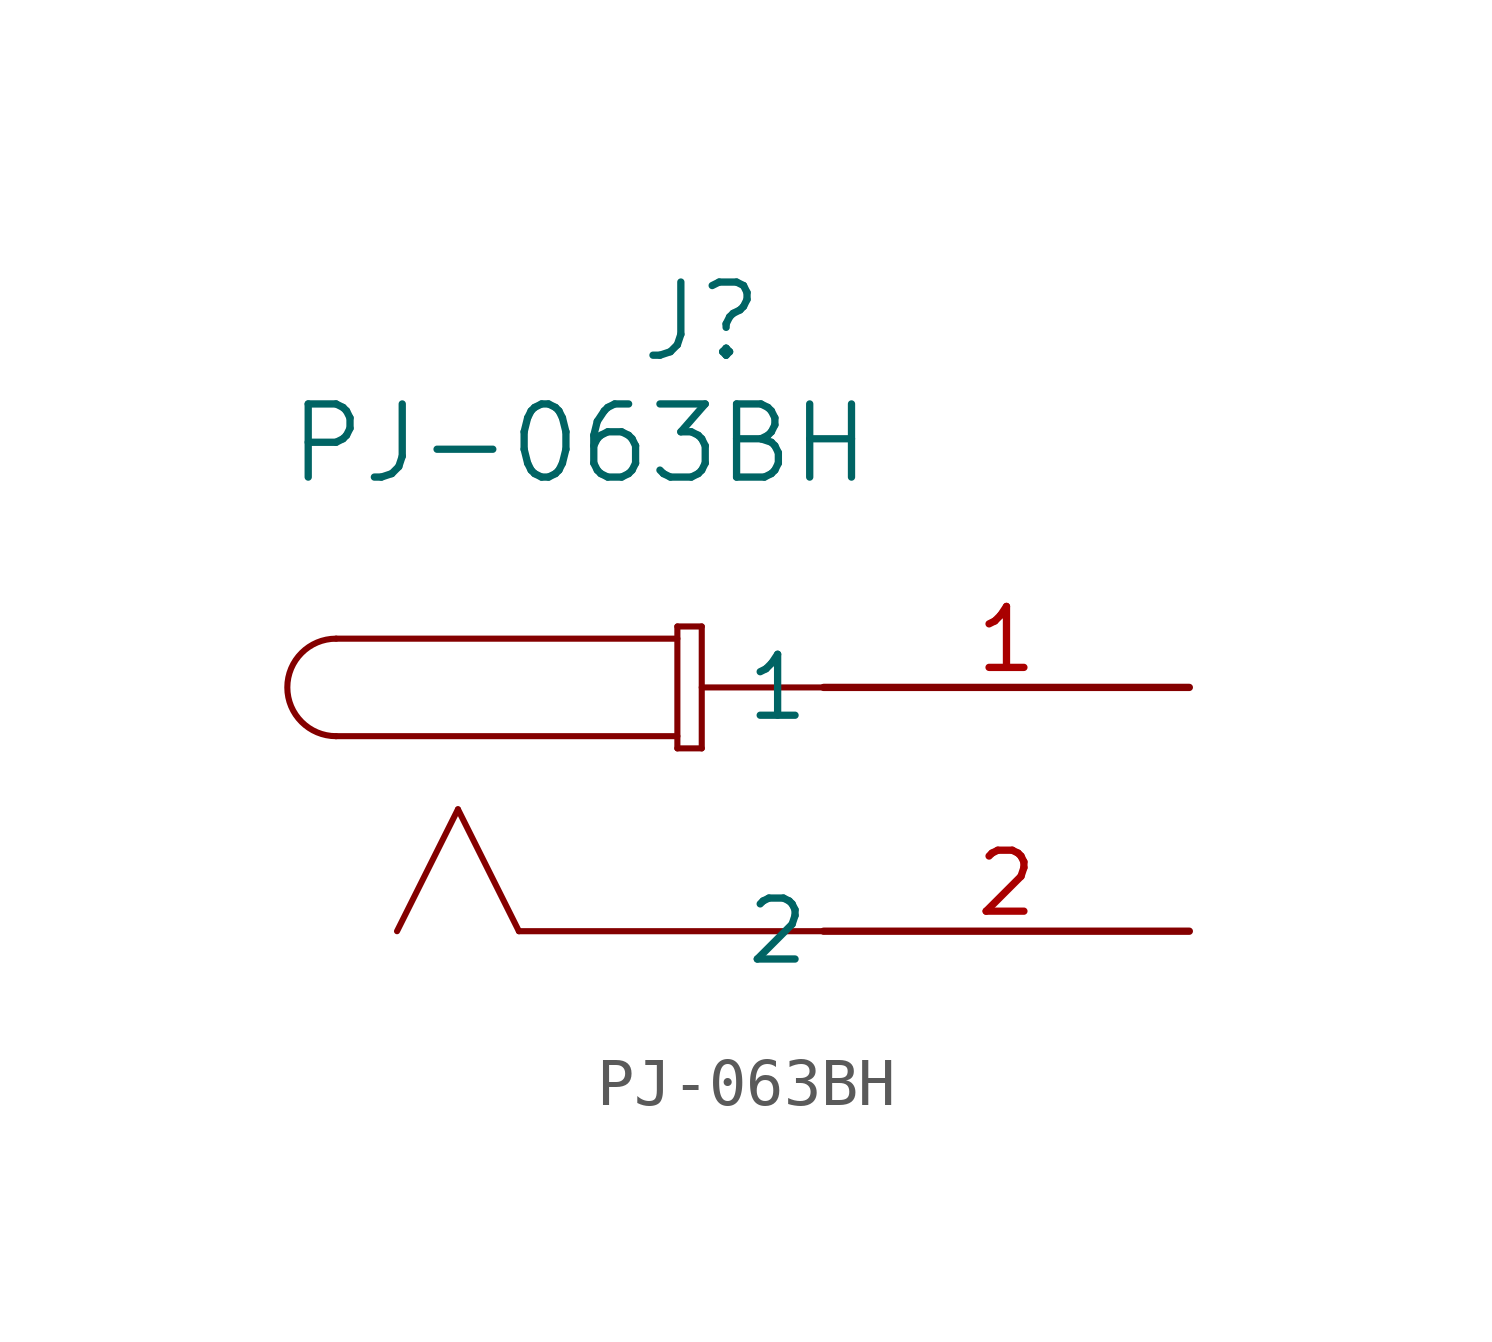
<source format=kicad_sym>
(kicad_symbol_lib
  (version 20211014)
  (generator kicad_symbol_editor)
  (symbol "PJ-063BH"
    (pin_names
      (offset 0.254))
    (property "Reference" "J"
      (at -10.16 7.62 0)
      (effects (font (size 1.524 1.524))))
    (property "Value" "PJ-063BH"
      (at -12.7 5.08 0)
      (effects (font (size 1.524 1.524))))
    (symbol "PJ-063BH_0_1"
      (polyline (pts (xy -13.97 -5.08) (xy -15.24 -2.54)) (stroke (width 0.127) (type default) (color 0 0 0 0)) (fill (type none)))
      (polyline (pts (xy -7.62 0) (xy -10.16 0)) (stroke (width 0.127) (type default) (color 0 0 0 0)) (fill (type none)))
      (polyline (pts (xy -15.24 -2.54) (xy -16.51 -5.08)) (stroke (width 0.127) (type default) (color 0 0 0 0)) (fill (type none)))
      (polyline (pts (xy -7.62 -5.08) (xy -13.97 -5.08)) (stroke (width 0.127) (type default) (color 0 0 0 0)) (fill (type none)))
      (arc (start -17.78 1.016) (mid -18.796 0) (end -17.78 -1.016) (stroke (width 0.127) (type default) (color 0 0 0 0)) (fill (type none)))
      (polyline (pts (xy -10.668 1.016) (xy -17.78 1.016)) (stroke (width 0.127) (type default) (color 0 0 0 0)) (fill (type none)))
      (polyline (pts (xy -10.668 -1.016) (xy -17.78 -1.016)) (stroke (width 0.127) (type default) (color 0 0 0 0)) (fill (type none)))
      (polyline (pts (xy -10.16 1.27) (xy -10.16 -1.27)) (stroke (width 0.127) (type default) (color 0 0 0 0)) (fill (type none)))
      (polyline (pts (xy -10.668 1.27) (xy -10.668 -1.27)) (stroke (width 0.127) (type default) (color 0 0 0 0)) (fill (type none)))
      (polyline (pts (xy -10.668 -1.27) (xy -10.16 -1.27)) (stroke (width 0.127) (type default) (color 0 0 0 0)) (fill (type none)))
      (polyline (pts (xy -10.16 1.27) (xy -10.668 1.27)) (stroke (width 0.127) (type default) (color 0 0 0 0)) (fill (type none)))
      (pin unspecified line (at 0 0 180) (length 7.62) (name "1" (effects (font (size 1.27 1.27)))) (number "1" (effects (font (size 1.27 1.27)))))
      (pin unspecified line (at 0 -5.08 180) (length 7.62) (name "2" (effects (font (size 1.27 1.27)))) (number "2" (effects (font (size 1.27 1.27))))))))
</source>
